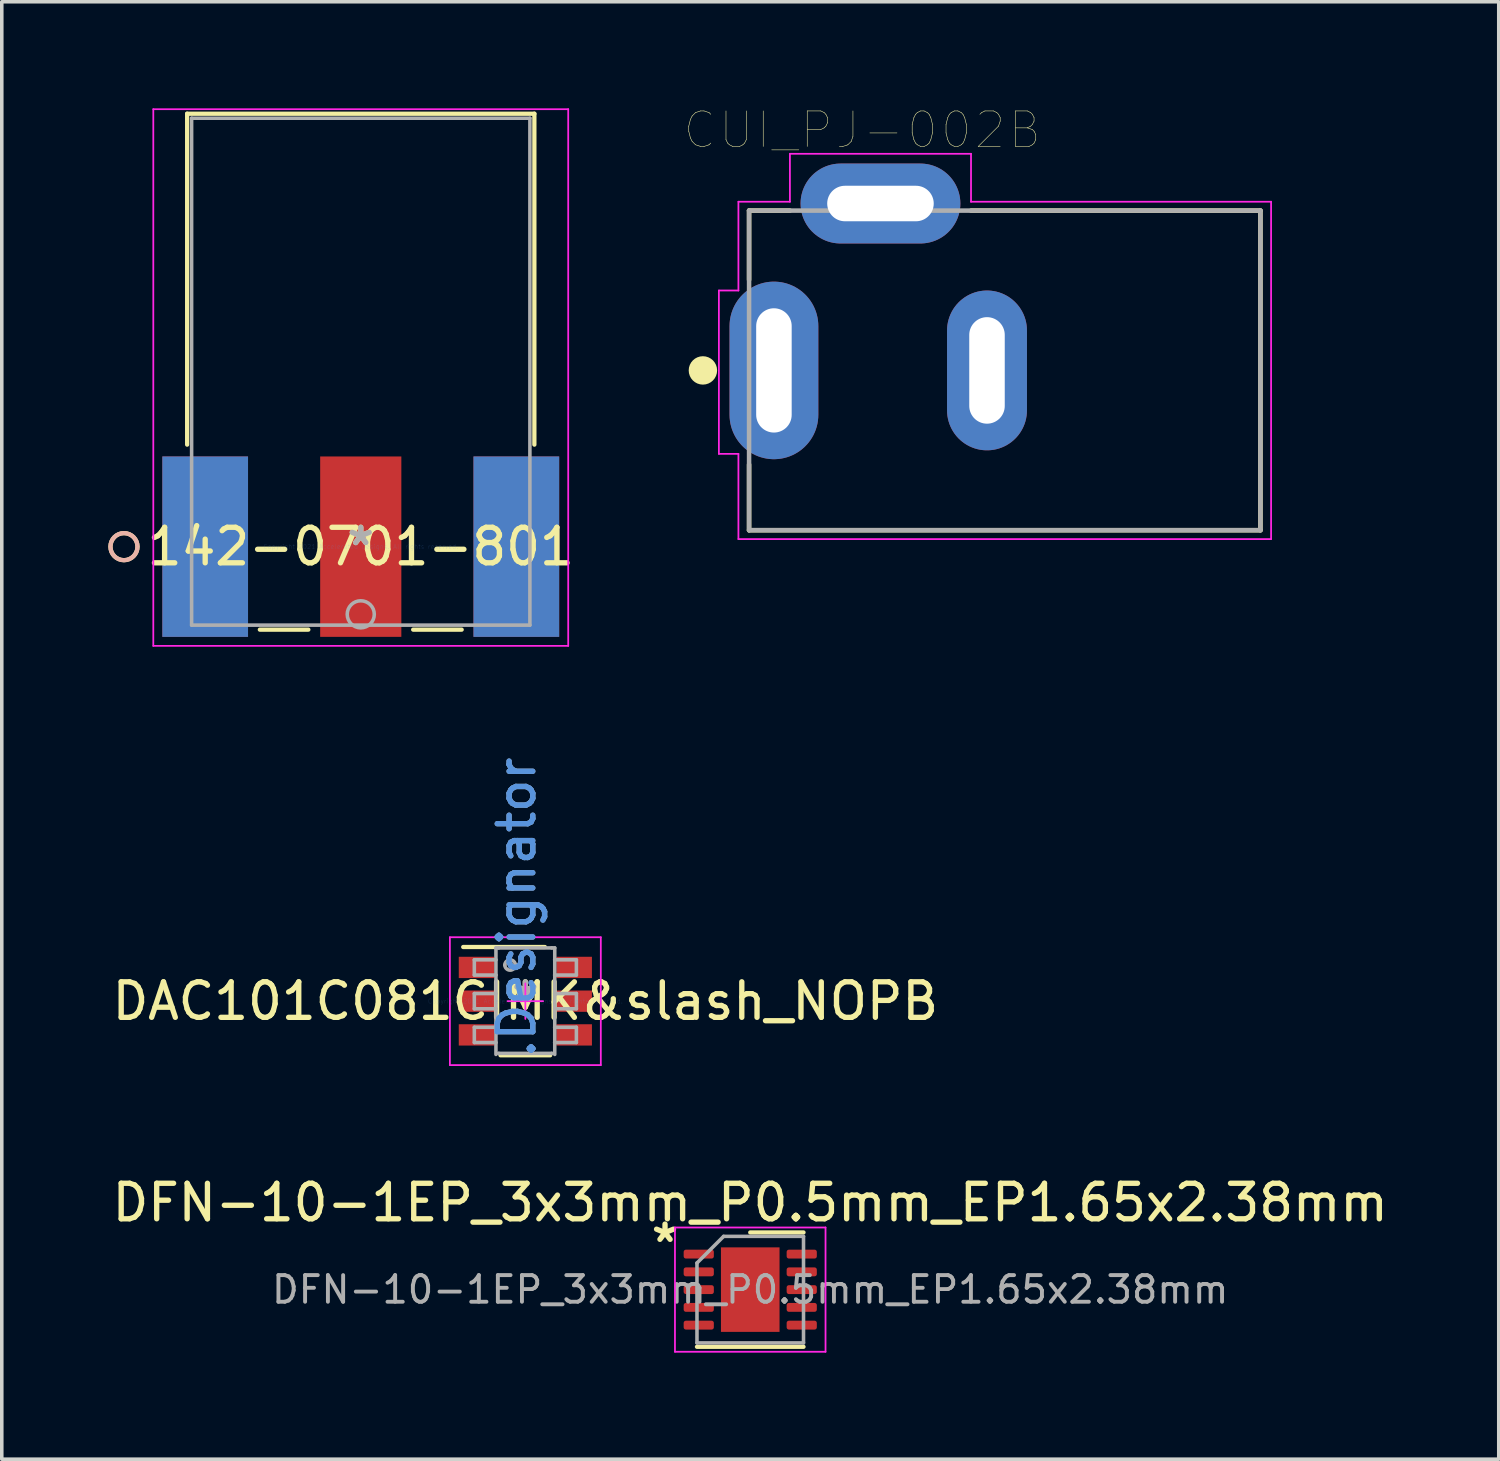
<source format=kicad_pcb>
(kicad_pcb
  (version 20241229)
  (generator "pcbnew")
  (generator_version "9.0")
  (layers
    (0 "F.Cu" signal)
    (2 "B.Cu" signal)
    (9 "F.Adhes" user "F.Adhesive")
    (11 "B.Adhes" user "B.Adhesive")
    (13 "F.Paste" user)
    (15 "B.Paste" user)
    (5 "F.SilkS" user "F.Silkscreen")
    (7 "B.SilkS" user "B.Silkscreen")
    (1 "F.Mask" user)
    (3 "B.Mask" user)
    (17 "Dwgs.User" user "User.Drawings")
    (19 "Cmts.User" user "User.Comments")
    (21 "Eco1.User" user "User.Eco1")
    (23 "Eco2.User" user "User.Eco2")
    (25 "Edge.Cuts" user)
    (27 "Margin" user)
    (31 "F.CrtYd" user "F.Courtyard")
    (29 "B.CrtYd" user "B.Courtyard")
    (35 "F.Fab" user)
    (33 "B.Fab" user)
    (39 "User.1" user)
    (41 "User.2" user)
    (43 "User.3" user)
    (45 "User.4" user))
  (footprint "CUI_PJ-002B"
    (layer "F.Cu")
    (at 18.744 7.381)
    (property "Reference" "CUI_PJ-002B" (at 2.487 -6.769 0) (layer "F.SilkS") (effects (font (size 1.001 1.001) (thickness 0.015))))
    (attr through_hole)
    (fp_line (start -0.7 -4.5) (end 0.45 -4.5) (stroke (width 0.127) (type solid)) (layer "F.SilkS"))
    (fp_line (start -0.7 -2.55) (end -0.7 -4.5) (stroke (width 0.127) (type solid)) (layer "F.SilkS"))
    (fp_line (start -0.7 4.5) (end -0.7 2.65) (stroke (width 0.127) (type solid)) (layer "F.SilkS"))
    (fp_line (start 5.55 -4.5) (end 13.7 -4.5) (stroke (width 0.127) (type solid)) (layer "F.SilkS"))
    (fp_line (start 13.7 -4.5) (end 13.7 4.5) (stroke (width 0.127) (type solid)) (layer "F.SilkS"))
    (fp_line (start 13.7 4.5) (end -0.7 4.5) (stroke (width 0.127) (type solid)) (layer "F.SilkS"))
    (fp_circle (center -2 0) (end -1.8 0) (stroke (width 0.4) (type solid)) (fill no) (layer "F.SilkS"))
    (fp_line (start -1.55 -2.25) (end -1.55 2.35) (stroke (width 0.05) (type solid)) (layer "F.CrtYd"))
    (fp_line (start -1.55 2.35) (end -1 2.35) (stroke (width 0.05) (type solid)) (layer "F.CrtYd"))
    (fp_line (start -1 -4.75) (end 0.45 -4.75) (stroke (width 0.05) (type solid)) (layer "F.CrtYd"))
    (fp_line (start -1 -2.25) (end -1.55 -2.25) (stroke (width 0.05) (type solid)) (layer "F.CrtYd"))
    (fp_line (start -1 -2.25) (end -1 -4.75) (stroke (width 0.05) (type solid)) (layer "F.CrtYd"))
    (fp_line (start -1 4.75) (end -1 2.35) (stroke (width 0.05) (type solid)) (layer "F.CrtYd"))
    (fp_line (start 0.45 -6.1) (end 5.55 -6.1) (stroke (width 0.05) (type solid)) (layer "F.CrtYd"))
    (fp_line (start 0.45 -4.75) (end 0.45 -6.1) (stroke (width 0.05) (type solid)) (layer "F.CrtYd"))
    (fp_line (start 5.55 -6.1) (end 5.55 -4.75) (stroke (width 0.05) (type solid)) (layer "F.CrtYd"))
    (fp_line (start 5.55 -4.75) (end 14 -4.75) (stroke (width 0.05) (type solid)) (layer "F.CrtYd"))
    (fp_line (start 14 -4.75) (end 14 4.75) (stroke (width 0.05) (type solid)) (layer "F.CrtYd"))
    (fp_line (start 14 4.75) (end -1 4.75) (stroke (width 0.05) (type solid)) (layer "F.CrtYd"))
    (fp_line (start -0.7 -4.5) (end 13.7 -4.5) (stroke (width 0.127) (type solid)) (layer "F.Fab"))
    (fp_line (start -0.7 4.5) (end -0.7 -4.5) (stroke (width 0.127) (type solid)) (layer "F.Fab"))
    (fp_line (start 13.7 -4.5) (end 13.7 4.5) (stroke (width 0.127) (type solid)) (layer "F.Fab"))
    (fp_line (start 13.7 4.5) (end -0.7 4.5) (stroke (width 0.127) (type solid)) (layer "F.Fab"))
    (pad "1" thru_hole oval (at 0 0) (size 2.5 5) (drill oval 1 3.5) (layers "*.Cu" "*.Mask"))
    (pad "2" thru_hole oval (at 6 0) (size 2.25 4.5) (drill oval 1 3) (layers "*.Cu" "*.Mask"))
    (pad "3" thru_hole oval (at 3 -4.7) (size 4.5 2.25) (drill oval 3 1) (layers "*.Cu" "*.Mask")))
  (footprint "DAC101C081CIMK&slash_NOPB"
    (layer "F.Cu")
    (at 11.744 25.143)
    (property "Reference" "DAC101C081CIMK&slash_NOPB" (at 0 0 0) (layer "F.SilkS") (effects (font (size 1 1) (thickness 0.15))))
    (attr through_hole)
    (fp_line (start -1.75 -1.525) (end 0.55 -1.525) (stroke (width 0.12) (type solid)) (layer "F.SilkS"))
    (fp_line (start -0.7 1.524) (end 0.7 1.524) (stroke (width 0.12) (type solid)) (layer "F.SilkS"))
    (fp_line (start -2.125 -1.8) (end 2.125 -1.8) (stroke (width 0.05) (type solid)) (layer "F.CrtYd"))
    (fp_line (start -2.125 1.8) (end -2.125 -1.8) (stroke (width 0.05) (type solid)) (layer "F.CrtYd"))
    (fp_line (start -2.125 1.8) (end 2.125 1.8) (stroke (width 0.05) (type solid)) (layer "F.CrtYd"))
    (fp_line (start -0.5 0) (end 0.5 0) (stroke (width 0.05) (type solid)) (layer "F.CrtYd"))
    (fp_line (start 0 0.5) (end 0 -0.5) (stroke (width 0.05) (type solid)) (layer "F.CrtYd"))
    (fp_line (start 2.125 1.8) (end 2.125 -1.8) (stroke (width 0.05) (type solid)) (layer "F.CrtYd"))
    (fp_line (start -1.437 -1.165) (end -0.825 -1.165) (stroke (width 0.1) (type solid)) (layer "F.Fab"))
    (fp_line (start -1.437 -0.735) (end -1.437 -1.165) (stroke (width 0.1) (type solid)) (layer "F.Fab"))
    (fp_line (start -1.437 -0.735) (end -0.825 -0.735) (stroke (width 0.1) (type solid)) (layer "F.Fab"))
    (fp_line (start -1.437 -0.215) (end -0.825 -0.215) (stroke (width 0.1) (type solid)) (layer "F.Fab"))
    (fp_line (start -1.437 0.215) (end -1.437 -0.215) (stroke (width 0.1) (type solid)) (layer "F.Fab"))
    (fp_line (start -1.437 0.215) (end -0.825 0.215) (stroke (width 0.1) (type solid)) (layer "F.Fab"))
    (fp_line (start -1.437 0.735) (end -0.825 0.735) (stroke (width 0.1) (type solid)) (layer "F.Fab"))
    (fp_line (start -1.437 1.165) (end -1.437 0.735) (stroke (width 0.1) (type solid)) (layer "F.Fab"))
    (fp_line (start -1.437 1.165) (end -0.825 1.165) (stroke (width 0.1) (type solid)) (layer "F.Fab"))
    (fp_line (start -0.828 -1.5) (end 0.828 -1.5) (stroke (width 0.1) (type solid)) (layer "F.Fab"))
    (fp_line (start -0.828 1.5) (end -0.828 -1.5) (stroke (width 0.1) (type solid)) (layer "F.Fab"))
    (fp_line (start -0.754 -1.5) (end -0.75 -1.5) (stroke (width 0.1) (type solid)) (layer "F.Fab"))
    (fp_line (start -0.754 1.47) (end -0.75 1.47) (stroke (width 0.1) (type solid)) (layer "F.Fab"))
    (fp_line (start -0.75 1.47) (end 0.743 1.47) (stroke (width 0.1) (type solid)) (layer "F.Fab"))
    (fp_line (start 0.743 -1.5) (end 0.747 -1.5) (stroke (width 0.1) (type solid)) (layer "F.Fab"))
    (fp_line (start 0.743 1.47) (end 0.747 1.47) (stroke (width 0.1) (type solid)) (layer "F.Fab"))
    (fp_line (start 0.825 -1.165) (end 1.437 -1.165) (stroke (width 0.1) (type solid)) (layer "F.Fab"))
    (fp_line (start 0.825 -0.735) (end 1.437 -0.735) (stroke (width 0.1) (type solid)) (layer "F.Fab"))
    (fp_line (start 0.825 -0.215) (end 1.437 -0.215) (stroke (width 0.1) (type solid)) (layer "F.Fab"))
    (fp_line (start 0.825 0.215) (end 1.437 0.215) (stroke (width 0.1) (type solid)) (layer "F.Fab"))
    (fp_line (start 0.825 0.735) (end 1.437 0.735) (stroke (width 0.1) (type solid)) (layer "F.Fab"))
    (fp_line (start 0.825 1.165) (end 1.437 1.165) (stroke (width 0.1) (type solid)) (layer "F.Fab"))
    (fp_line (start 0.828 1.5) (end 0.828 -1.5) (stroke (width 0.1) (type solid)) (layer "F.Fab"))
    (fp_line (start 1.437 -0.735) (end 1.437 -1.165) (stroke (width 0.1) (type solid)) (layer "F.Fab"))
    (fp_line (start 1.437 0.215) (end 1.437 -0.215) (stroke (width 0.1) (type solid)) (layer "F.Fab"))
    (fp_line (start 1.437 1.165) (end 1.437 0.735) (stroke (width 0.1) (type solid)) (layer "F.Fab"))
    (fp_arc (start -0.578323 -1.017679) (mid -0.429542 -1.16646) (end -0.280761 -1.017679) (stroke (width 0.1) (type solid)) (layer "F.Fab"))
    (fp_arc (start -0.280762 -1.017679) (mid -0.429542 -0.868899) (end -0.578322 -1.017679) (stroke (width 0.1) (type solid)) (layer "F.Fab"))
    (fp_text user "*" (at 0 0 0) (layer "F.SilkS") (effects (font (size 1 1) (thickness 0.15))))
    (fp_text user ".Designator" (at -0.246 -2.641 270) (layer "Cmts.User") (effects (font (size 1 1) (thickness 0.15))))
    (fp_text user "Copyright 2021 Accelerated Designs. All rights reserved." (at 0 0 0) (layer "Cmts.User") (effects (font (size 0.127 0.127) (thickness 0.002))))
    (fp_text user "*" (at 0 0 0) (layer "F.Fab") (effects (font (size 1 1) (thickness 0.15))))
    (fp_text user ".Designator" (at -0.246 -2.641 270) (layer "F.Fab") (effects (font (size 1 1) (thickness 0.15))))
    (pad "1" smd rect (at -1.375 -0.95 90) (size 0.6 1) (layers "F.Cu" "F.Mask" "F.Paste"))
    (pad "2" smd rect (at -1.375 0 90) (size 0.6 1) (layers "F.Cu" "F.Mask" "F.Paste"))
    (pad "3" smd rect (at -1.375 0.95 90) (size 0.6 1) (layers "F.Cu" "F.Mask" "F.Paste"))
    (pad "4" smd rect (at 1.375 0.95 90) (size 0.6 1) (layers "F.Cu" "F.Mask" "F.Paste"))
    (pad "5" smd rect (at 1.375 0 90) (size 0.6 1) (layers "F.Cu" "F.Mask" "F.Paste"))
    (pad "6" smd rect (at 1.375 -0.95 90) (size 0.6 1) (layers "F.Cu" "F.Mask" "F.Paste")))
  (footprint "142-0701-801"
    (layer "F.Cu")
    (at 7.109 12.344)
    (property "Reference" "142-0701-801" (at 0 0 0) (layer "F.SilkS") (effects (font (size 1 1) (thickness 0.15))))
    (attr through_hole)
    (fp_line (start -4.889 -12.192) (end -4.889 -2.873) (stroke (width 0.12) (type solid)) (layer "F.SilkS"))
    (fp_line (start -2.842 2.337) (end -1.476 2.337) (stroke (width 0.12) (type solid)) (layer "F.SilkS"))
    (fp_line (start 1.476 2.337) (end 2.842 2.337) (stroke (width 0.12) (type solid)) (layer "F.SilkS"))
    (fp_line (start 4.889 -12.192) (end -4.889 -12.192) (stroke (width 0.12) (type solid)) (layer "F.SilkS"))
    (fp_line (start 4.889 -2.873) (end 4.889 -12.192) (stroke (width 0.12) (type solid)) (layer "F.SilkS"))
    (fp_circle (center -6.668 0) (end -6.287 0) (stroke (width 0.12) (type solid)) (fill no) (layer "F.SilkS"))
    (fp_circle (center -6.668 0) (end -6.287 0) (stroke (width 0.12) (type solid)) (fill no) (layer "B.SilkS"))
    (fp_line (start -5.842 -12.319) (end -5.842 2.794) (stroke (width 0.05) (type solid)) (layer "F.CrtYd"))
    (fp_line (start -5.842 2.794) (end 5.842 2.794) (stroke (width 0.05) (type solid)) (layer "F.CrtYd"))
    (fp_line (start 5.842 -12.319) (end -5.842 -12.319) (stroke (width 0.05) (type solid)) (layer "F.CrtYd"))
    (fp_line (start 5.842 2.794) (end 5.842 -12.319) (stroke (width 0.05) (type solid)) (layer "F.CrtYd"))
    (fp_line (start -4.763 -12.065) (end -4.763 2.21) (stroke (width 0.1) (type solid)) (layer "F.Fab"))
    (fp_line (start -4.763 2.21) (end 4.763 2.21) (stroke (width 0.1) (type solid)) (layer "F.Fab"))
    (fp_line (start 4.763 -12.065) (end -4.763 -12.065) (stroke (width 0.1) (type solid)) (layer "F.Fab"))
    (fp_line (start 4.763 2.21) (end 4.763 -12.065) (stroke (width 0.1) (type solid)) (layer "F.Fab"))
    (fp_circle (center 0 1.905) (end 0.381 1.905) (stroke (width 0.1) (type solid)) (fill no) (layer "F.Fab"))
    (fp_text user "*" (at 0 0 0) (layer "F.SilkS") (effects (font (size 1 1) (thickness 0.15))))
    (fp_text user "Copyright 2021 Accelerated Designs. All rights reserved." (at 0 0 0) (layer "Cmts.User") (effects (font (size 0.127 0.127) (thickness 0.002))))
    (fp_text user "*" (at 0 0 0) (layer "F.Fab") (effects (font (size 1 1) (thickness 0.15))))
    (pad "1" smd rect (at 0 0) (size 2.286 5.08) (layers "F.Cu" "F.Mask" "F.Paste"))
    (pad "2" smd rect (at -4.381 0) (size 2.413 5.08) (layers "F.Cu" "F.Mask" "F.Paste"))
    (pad "3" smd rect (at 4.381 0) (size 2.413 5.08) (layers "F.Cu" "F.Mask" "F.Paste"))
    (pad "4" smd rect (at -4.381 0) (size 2.413 5.08) (layers "B.Cu" "B.Mask" "B.Paste"))
    (pad "5" smd rect (at 4.381 0) (size 2.413 5.08) (layers "B.Cu" "B.Mask" "B.Paste")))
  (footprint "DFN-10-1EP_3x3mm_P0.5mm_EP1.65x2.38mm"
    (layer "F.Cu")
    (at 18.077 33.266)
    (property "Reference" "DFN-10-1EP_3x3mm_P0.5mm_EP1.65x2.38mm" (at 0 -2.45 0) (layer "F.SilkS") (effects (font (size 1 1) (thickness 0.15))))
    (attr smd)
    (fp_line (start -1.5 1.61) (end 1.5 1.61) (stroke (width 0.12) (type solid)) (layer "F.SilkS"))
    (fp_line (start 0 -1.61) (end 1.5 -1.61) (stroke (width 0.12) (type solid)) (layer "F.SilkS"))
    (fp_line (start -2.12 -1.75) (end -2.12 1.75) (stroke (width 0.05) (type solid)) (layer "F.CrtYd"))
    (fp_line (start -2.12 1.75) (end 2.12 1.75) (stroke (width 0.05) (type solid)) (layer "F.CrtYd"))
    (fp_line (start 2.12 -1.75) (end -2.12 -1.75) (stroke (width 0.05) (type solid)) (layer "F.CrtYd"))
    (fp_line (start 2.12 1.75) (end 2.12 -1.75) (stroke (width 0.05) (type solid)) (layer "F.CrtYd"))
    (fp_line (start -1.5 -0.75) (end -0.75 -1.5) (stroke (width 0.1) (type solid)) (layer "F.Fab"))
    (fp_line (start -1.5 1.5) (end -1.5 -0.75) (stroke (width 0.1) (type solid)) (layer "F.Fab"))
    (fp_line (start -0.75 -1.5) (end 1.5 -1.5) (stroke (width 0.1) (type solid)) (layer "F.Fab"))
    (fp_line (start 1.5 -1.5) (end 1.5 1.5) (stroke (width 0.1) (type solid)) (layer "F.Fab"))
    (fp_line (start 1.5 1.5) (end -1.5 1.5) (stroke (width 0.1) (type solid)) (layer "F.Fab"))
    (fp_text user "*" (at -2.4 -1.3 0) (layer "F.SilkS") (effects (font (size 1 1) (thickness 0.15))))
    (fp_text user "${REFERENCE}" (at 0 0 0) (layer "F.Fab") (effects (font (size 0.75 0.75) (thickness 0.11))))
    (pad "" smd roundrect (at -0.41 -0.595) (size 0.67 0.96) (layers "F.Paste") (roundrect_rratio 0.25))
    (pad "" smd roundrect (at -0.41 0.595) (size 0.67 0.96) (layers "F.Paste") (roundrect_rratio 0.25))
    (pad "" smd roundrect (at 0.41 -0.595) (size 0.67 0.96) (layers "F.Paste") (roundrect_rratio 0.25))
    (pad "" smd roundrect (at 0.41 0.595) (size 0.67 0.96) (layers "F.Paste") (roundrect_rratio 0.25))
    (pad "1" smd roundrect (at -1.45 -1) (size 0.85 0.25) (layers "F.Cu" "F.Mask" "F.Paste") (roundrect_rratio 0.25))
    (pad "2" smd roundrect (at -1.45 -0.5) (size 0.85 0.25) (layers "F.Cu" "F.Mask" "F.Paste") (roundrect_rratio 0.25))
    (pad "3" smd roundrect (at -1.45 0) (size 0.85 0.25) (layers "F.Cu" "F.Mask" "F.Paste") (roundrect_rratio 0.25))
    (pad "4" smd roundrect (at -1.45 0.5) (size 0.85 0.25) (layers "F.Cu" "F.Mask" "F.Paste") (roundrect_rratio 0.25))
    (pad "5" smd roundrect (at -1.45 1) (size 0.85 0.25) (layers "F.Cu" "F.Mask" "F.Paste") (roundrect_rratio 0.25))
    (pad "6" smd roundrect (at 1.45 1) (size 0.85 0.25) (layers "F.Cu" "F.Mask" "F.Paste") (roundrect_rratio 0.25))
    (pad "7" smd roundrect (at 1.45 0.5) (size 0.85 0.25) (layers "F.Cu" "F.Mask" "F.Paste") (roundrect_rratio 0.25))
    (pad "8" smd roundrect (at 1.45 0) (size 0.85 0.25) (layers "F.Cu" "F.Mask" "F.Paste") (roundrect_rratio 0.25))
    (pad "9" smd roundrect (at 1.45 -0.5) (size 0.85 0.25) (layers "F.Cu" "F.Mask" "F.Paste") (roundrect_rratio 0.25))
    (pad "10" smd roundrect (at 1.45 -1) (size 0.85 0.25) (layers "F.Cu" "F.Mask" "F.Paste") (roundrect_rratio 0.25))
    (pad "11" smd rect (at 0 0) (size 1.65 2.38) (layers "F.Cu" "F.Mask")))
  (gr_rect
    (start -3 -3)
    (end 39.155 38.041)
    (stroke (width 0.1) (type default))
    (fill no)
    (layer "Edge.Cuts")))
</source>
